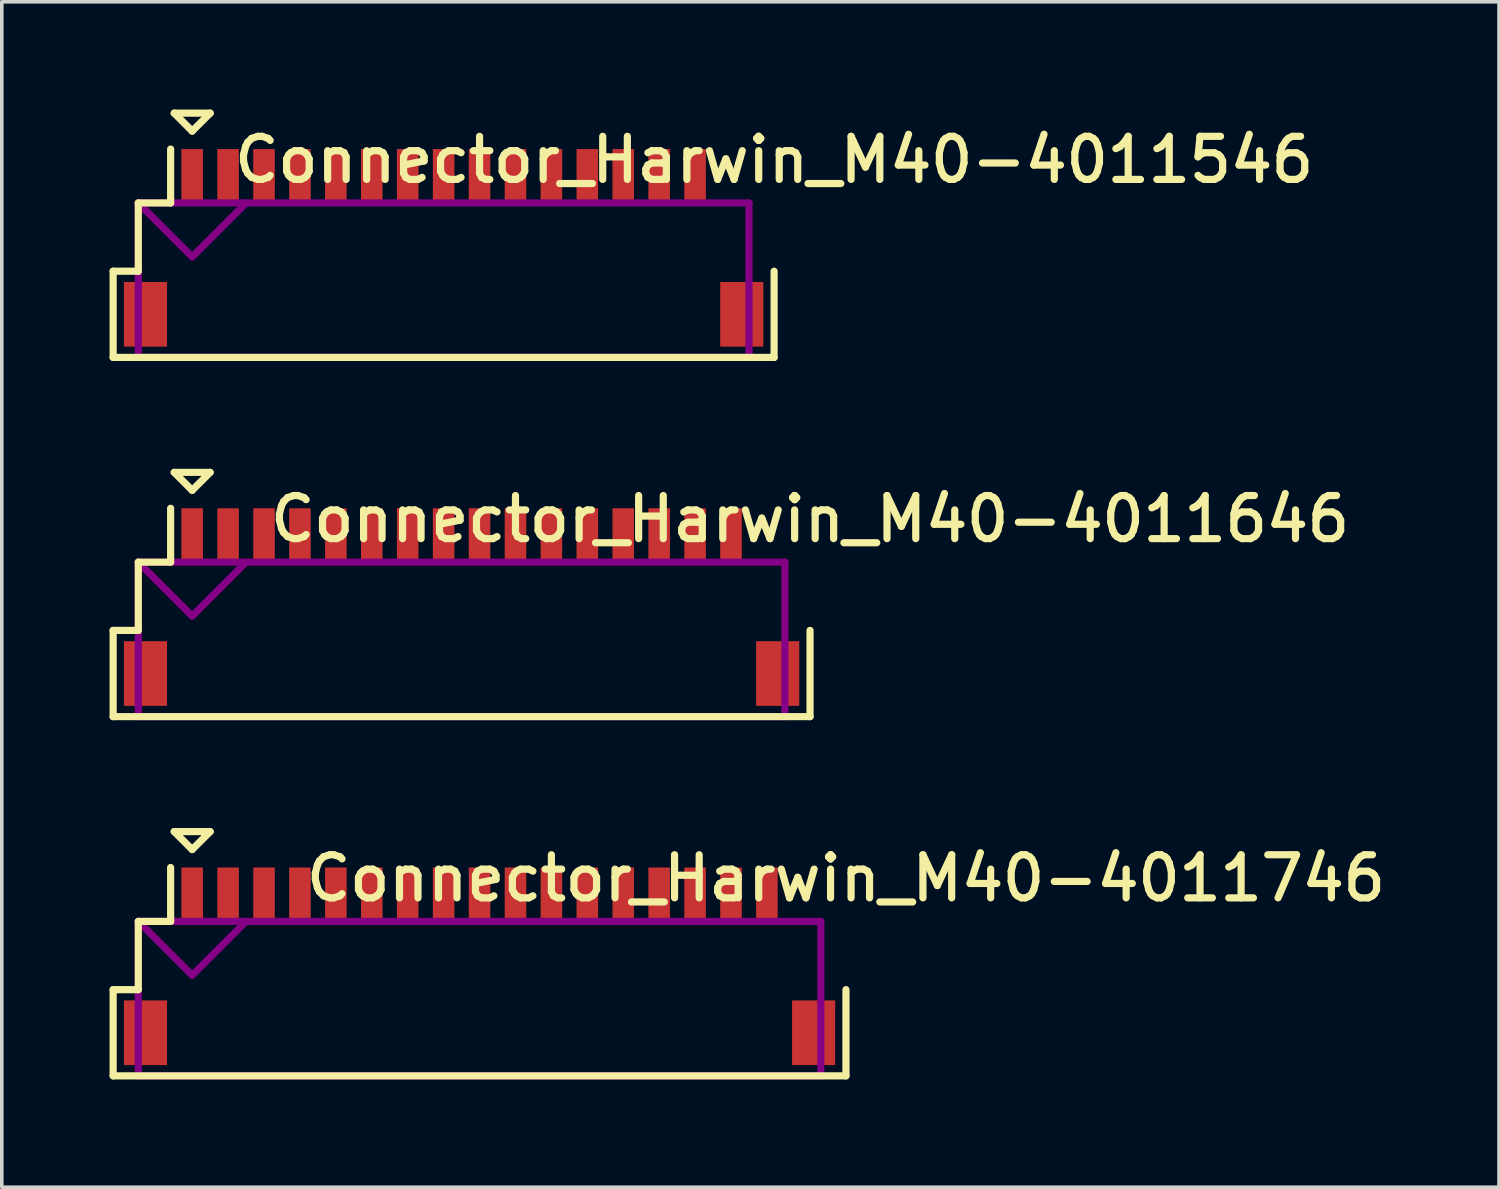
<source format=kicad_pcb>
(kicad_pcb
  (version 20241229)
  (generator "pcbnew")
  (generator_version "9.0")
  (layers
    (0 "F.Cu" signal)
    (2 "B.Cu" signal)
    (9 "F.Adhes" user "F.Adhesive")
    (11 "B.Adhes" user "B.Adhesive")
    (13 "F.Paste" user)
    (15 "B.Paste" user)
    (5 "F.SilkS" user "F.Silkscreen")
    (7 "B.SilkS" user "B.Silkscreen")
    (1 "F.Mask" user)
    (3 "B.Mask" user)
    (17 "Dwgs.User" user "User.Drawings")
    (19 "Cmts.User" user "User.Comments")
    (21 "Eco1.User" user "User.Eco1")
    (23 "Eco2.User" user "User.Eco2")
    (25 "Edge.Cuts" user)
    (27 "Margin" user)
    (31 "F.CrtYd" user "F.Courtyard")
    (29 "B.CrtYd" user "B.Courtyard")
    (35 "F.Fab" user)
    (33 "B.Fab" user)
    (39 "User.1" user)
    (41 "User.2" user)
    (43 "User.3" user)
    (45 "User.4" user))
  (footprint "Connector_Harwin_M40-4011646"
    (layer "F.Cu")
    (at 9.8 15.7)
    (property "Reference" "Connector_Harwin_M40-4011646" (at 9.7 -4.3 0) (layer "F.SilkS") (effects (font (size 1.2 1.2) (thickness 0.2))))
    (attr through_hole)
    (fp_line (start -9.7 -1.2) (end -9.7 1.2) (stroke (width 0.2) (type solid)) (layer "F.SilkS"))
    (fp_line (start -9.7 1.2) (end 9.7 1.2) (stroke (width 0.2) (type solid)) (layer "F.SilkS"))
    (fp_line (start -9 -3.1) (end -9 -1.2) (stroke (width 0.2) (type solid)) (layer "F.SilkS"))
    (fp_line (start -9 -1.2) (end -9.7 -1.2) (stroke (width 0.2) (type solid)) (layer "F.SilkS"))
    (fp_line (start -8.1 -4.6) (end -8.1 -3.1) (stroke (width 0.2) (type solid)) (layer "F.SilkS"))
    (fp_line (start -8.1 -3.1) (end -9 -3.1) (stroke (width 0.2) (type solid)) (layer "F.SilkS"))
    (fp_line (start -8 -5.6) (end -7 -5.6) (stroke (width 0.2) (type solid)) (layer "F.SilkS"))
    (fp_line (start -7.5 -5.1) (end -8 -5.6) (stroke (width 0.2) (type solid)) (layer "F.SilkS"))
    (fp_line (start -7 -5.6) (end -7.5 -5.1) (stroke (width 0.2) (type solid)) (layer "F.SilkS"))
    (fp_line (start 9.7 1.2) (end 9.7 -1.2) (stroke (width 0.2) (type solid)) (layer "F.SilkS"))
    (fp_line (start -9 -3.1) (end -9 1.2) (stroke (width 0.2) (type solid)) (layer "F.Adhes"))
    (fp_line (start -9 -3.1) (end -7.5 -1.6) (stroke (width 0.2) (type solid)) (layer "F.Adhes"))
    (fp_line (start -9 1.2) (end 9 1.2) (stroke (width 0.2) (type solid)) (layer "F.Adhes"))
    (fp_line (start -7.5 -1.6) (end -6 -3.1) (stroke (width 0.2) (type solid)) (layer "F.Adhes"))
    (fp_line (start 9 -3.1) (end -9 -3.1) (stroke (width 0.2) (type solid)) (layer "F.Adhes"))
    (fp_line (start 9 1.2) (end 9 -3.1) (stroke (width 0.2) (type solid)) (layer "F.Adhes"))
    (pad "" smd rect (at -8.8 0) (size 1.2 1.8) (layers "F.Cu" "F.Mask" "F.Paste"))
    (pad "" smd rect (at 8.8 0) (size 1.2 1.8) (layers "F.Cu" "F.Mask" "F.Paste"))
    (pad "1" smd rect (at -7.5 -3.85) (size 0.6 1.5) (layers "F.Cu" "F.Mask" "F.Paste"))
    (pad "2" smd rect (at -6.5 -3.85) (size 0.6 1.5) (layers "F.Cu" "F.Mask" "F.Paste"))
    (pad "3" smd rect (at -5.5 -3.85) (size 0.6 1.5) (layers "F.Cu" "F.Mask" "F.Paste"))
    (pad "4" smd rect (at -4.5 -3.85) (size 0.6 1.5) (layers "F.Cu" "F.Mask" "F.Paste"))
    (pad "5" smd rect (at -3.5 -3.85) (size 0.6 1.5) (layers "F.Cu" "F.Mask" "F.Paste"))
    (pad "6" smd rect (at -2.5 -3.85) (size 0.6 1.5) (layers "F.Cu" "F.Mask" "F.Paste"))
    (pad "7" smd rect (at -1.5 -3.85) (size 0.6 1.5) (layers "F.Cu" "F.Mask" "F.Paste"))
    (pad "8" smd rect (at -0.5 -3.85) (size 0.6 1.5) (layers "F.Cu" "F.Mask" "F.Paste"))
    (pad "9" smd rect (at 0.5 -3.85) (size 0.6 1.5) (layers "F.Cu" "F.Mask" "F.Paste"))
    (pad "10" smd rect (at 1.5 -3.85) (size 0.6 1.5) (layers "F.Cu" "F.Mask" "F.Paste"))
    (pad "11" smd rect (at 2.5 -3.85) (size 0.6 1.5) (layers "F.Cu" "F.Mask" "F.Paste"))
    (pad "12" smd rect (at 3.5 -3.85) (size 0.6 1.5) (layers "F.Cu" "F.Mask" "F.Paste"))
    (pad "13" smd rect (at 4.5 -3.85) (size 0.6 1.5) (layers "F.Cu" "F.Mask" "F.Paste"))
    (pad "14" smd rect (at 5.5 -3.85) (size 0.6 1.5) (layers "F.Cu" "F.Mask" "F.Paste"))
    (pad "15" smd rect (at 6.5 -3.85) (size 0.6 1.5) (layers "F.Cu" "F.Mask" "F.Paste"))
    (pad "16" smd rect (at 7.5 -3.85) (size 0.6 1.5) (layers "F.Cu" "F.Mask" "F.Paste")))
  (footprint "Connector_Harwin_M40-4011546"
    (layer "F.Cu")
    (at 9.3 5.7)
    (property "Reference" "Connector_Harwin_M40-4011546" (at 9.2 -4.3 0) (layer "F.SilkS") (effects (font (size 1.2 1.2) (thickness 0.2))))
    (attr through_hole)
    (fp_line (start -9.2 -1.2) (end -9.2 1.2) (stroke (width 0.2) (type solid)) (layer "F.SilkS"))
    (fp_line (start -9.2 1.2) (end 9.2 1.2) (stroke (width 0.2) (type solid)) (layer "F.SilkS"))
    (fp_line (start -8.5 -3.1) (end -8.5 -1.2) (stroke (width 0.2) (type solid)) (layer "F.SilkS"))
    (fp_line (start -8.5 -1.2) (end -9.2 -1.2) (stroke (width 0.2) (type solid)) (layer "F.SilkS"))
    (fp_line (start -7.6 -4.6) (end -7.6 -3.1) (stroke (width 0.2) (type solid)) (layer "F.SilkS"))
    (fp_line (start -7.6 -3.1) (end -8.5 -3.1) (stroke (width 0.2) (type solid)) (layer "F.SilkS"))
    (fp_line (start -7.5 -5.6) (end -6.5 -5.6) (stroke (width 0.2) (type solid)) (layer "F.SilkS"))
    (fp_line (start -7 -5.1) (end -7.5 -5.6) (stroke (width 0.2) (type solid)) (layer "F.SilkS"))
    (fp_line (start -6.5 -5.6) (end -7 -5.1) (stroke (width 0.2) (type solid)) (layer "F.SilkS"))
    (fp_line (start 9.2 1.2) (end 9.2 -1.2) (stroke (width 0.2) (type solid)) (layer "F.SilkS"))
    (fp_line (start -8.5 -3.1) (end -8.5 1.2) (stroke (width 0.2) (type solid)) (layer "F.Adhes"))
    (fp_line (start -8.5 -3.1) (end -7 -1.6) (stroke (width 0.2) (type solid)) (layer "F.Adhes"))
    (fp_line (start -8.5 1.2) (end 8.5 1.2) (stroke (width 0.2) (type solid)) (layer "F.Adhes"))
    (fp_line (start -7 -1.6) (end -5.5 -3.1) (stroke (width 0.2) (type solid)) (layer "F.Adhes"))
    (fp_line (start 8.5 -3.1) (end -8.5 -3.1) (stroke (width 0.2) (type solid)) (layer "F.Adhes"))
    (fp_line (start 8.5 1.2) (end 8.5 -3.1) (stroke (width 0.2) (type solid)) (layer "F.Adhes"))
    (pad "" smd rect (at -8.3 0) (size 1.2 1.8) (layers "F.Cu" "F.Mask" "F.Paste"))
    (pad "" smd rect (at 8.3 0) (size 1.2 1.8) (layers "F.Cu" "F.Mask" "F.Paste"))
    (pad "1" smd rect (at -7 -3.85) (size 0.6 1.5) (layers "F.Cu" "F.Mask" "F.Paste"))
    (pad "2" smd rect (at -6 -3.85) (size 0.6 1.5) (layers "F.Cu" "F.Mask" "F.Paste"))
    (pad "3" smd rect (at -5 -3.85) (size 0.6 1.5) (layers "F.Cu" "F.Mask" "F.Paste"))
    (pad "4" smd rect (at -4 -3.85) (size 0.6 1.5) (layers "F.Cu" "F.Mask" "F.Paste"))
    (pad "5" smd rect (at -3 -3.85) (size 0.6 1.5) (layers "F.Cu" "F.Mask" "F.Paste"))
    (pad "6" smd rect (at -2 -3.85) (size 0.6 1.5) (layers "F.Cu" "F.Mask" "F.Paste"))
    (pad "7" smd rect (at -1 -3.85) (size 0.6 1.5) (layers "F.Cu" "F.Mask" "F.Paste"))
    (pad "8" smd rect (at 0 -3.85) (size 0.6 1.5) (layers "F.Cu" "F.Mask" "F.Paste"))
    (pad "9" smd rect (at 1 -3.85) (size 0.6 1.5) (layers "F.Cu" "F.Mask" "F.Paste"))
    (pad "10" smd rect (at 2 -3.85) (size 0.6 1.5) (layers "F.Cu" "F.Mask" "F.Paste"))
    (pad "11" smd rect (at 3 -3.85) (size 0.6 1.5) (layers "F.Cu" "F.Mask" "F.Paste"))
    (pad "12" smd rect (at 4 -3.85) (size 0.6 1.5) (layers "F.Cu" "F.Mask" "F.Paste"))
    (pad "13" smd rect (at 5 -3.85) (size 0.6 1.5) (layers "F.Cu" "F.Mask" "F.Paste"))
    (pad "14" smd rect (at 6 -3.85) (size 0.6 1.5) (layers "F.Cu" "F.Mask" "F.Paste"))
    (pad "15" smd rect (at 7 -3.85) (size 0.6 1.5) (layers "F.Cu" "F.Mask" "F.Paste")))
  (footprint "Connector_Harwin_M40-4011746"
    (layer "F.Cu")
    (at 10.3 25.7)
    (property "Reference" "Connector_Harwin_M40-4011746" (at 10.2 -4.3 0) (layer "F.SilkS") (effects (font (size 1.2 1.2) (thickness 0.2))))
    (attr through_hole)
    (fp_line (start -10.2 -1.2) (end -10.2 1.2) (stroke (width 0.2) (type solid)) (layer "F.SilkS"))
    (fp_line (start -10.2 1.2) (end 10.2 1.2) (stroke (width 0.2) (type solid)) (layer "F.SilkS"))
    (fp_line (start -9.5 -3.1) (end -9.5 -1.2) (stroke (width 0.2) (type solid)) (layer "F.SilkS"))
    (fp_line (start -9.5 -1.2) (end -10.2 -1.2) (stroke (width 0.2) (type solid)) (layer "F.SilkS"))
    (fp_line (start -8.6 -4.6) (end -8.6 -3.1) (stroke (width 0.2) (type solid)) (layer "F.SilkS"))
    (fp_line (start -8.6 -3.1) (end -9.5 -3.1) (stroke (width 0.2) (type solid)) (layer "F.SilkS"))
    (fp_line (start -8.5 -5.6) (end -7.5 -5.6) (stroke (width 0.2) (type solid)) (layer "F.SilkS"))
    (fp_line (start -8 -5.1) (end -8.5 -5.6) (stroke (width 0.2) (type solid)) (layer "F.SilkS"))
    (fp_line (start -7.5 -5.6) (end -8 -5.1) (stroke (width 0.2) (type solid)) (layer "F.SilkS"))
    (fp_line (start 10.2 1.2) (end 10.2 -1.2) (stroke (width 0.2) (type solid)) (layer "F.SilkS"))
    (fp_line (start -9.5 -3.1) (end -9.5 1.2) (stroke (width 0.2) (type solid)) (layer "F.Adhes"))
    (fp_line (start -9.5 -3.1) (end -8 -1.6) (stroke (width 0.2) (type solid)) (layer "F.Adhes"))
    (fp_line (start -9.5 1.2) (end 9.5 1.2) (stroke (width 0.2) (type solid)) (layer "F.Adhes"))
    (fp_line (start -8 -1.6) (end -6.5 -3.1) (stroke (width 0.2) (type solid)) (layer "F.Adhes"))
    (fp_line (start 9.5 -3.1) (end -9.5 -3.1) (stroke (width 0.2) (type solid)) (layer "F.Adhes"))
    (fp_line (start 9.5 1.2) (end 9.5 -3.1) (stroke (width 0.2) (type solid)) (layer "F.Adhes"))
    (pad "" smd rect (at -9.3 0) (size 1.2 1.8) (layers "F.Cu" "F.Mask" "F.Paste"))
    (pad "" smd rect (at 9.3 0) (size 1.2 1.8) (layers "F.Cu" "F.Mask" "F.Paste"))
    (pad "1" smd rect (at -8 -3.85) (size 0.6 1.5) (layers "F.Cu" "F.Mask" "F.Paste"))
    (pad "2" smd rect (at -7 -3.85) (size 0.6 1.5) (layers "F.Cu" "F.Mask" "F.Paste"))
    (pad "3" smd rect (at -6 -3.85) (size 0.6 1.5) (layers "F.Cu" "F.Mask" "F.Paste"))
    (pad "4" smd rect (at -5 -3.85) (size 0.6 1.5) (layers "F.Cu" "F.Mask" "F.Paste"))
    (pad "5" smd rect (at -4 -3.85) (size 0.6 1.5) (layers "F.Cu" "F.Mask" "F.Paste"))
    (pad "6" smd rect (at -3 -3.85) (size 0.6 1.5) (layers "F.Cu" "F.Mask" "F.Paste"))
    (pad "7" smd rect (at -2 -3.85) (size 0.6 1.5) (layers "F.Cu" "F.Mask" "F.Paste"))
    (pad "8" smd rect (at -1 -3.85) (size 0.6 1.5) (layers "F.Cu" "F.Mask" "F.Paste"))
    (pad "9" smd rect (at 0 -3.85) (size 0.6 1.5) (layers "F.Cu" "F.Mask" "F.Paste"))
    (pad "10" smd rect (at 1 -3.85) (size 0.6 1.5) (layers "F.Cu" "F.Mask" "F.Paste"))
    (pad "11" smd rect (at 2 -3.85) (size 0.6 1.5) (layers "F.Cu" "F.Mask" "F.Paste"))
    (pad "12" smd rect (at 3 -3.85) (size 0.6 1.5) (layers "F.Cu" "F.Mask" "F.Paste"))
    (pad "13" smd rect (at 4 -3.85) (size 0.6 1.5) (layers "F.Cu" "F.Mask" "F.Paste"))
    (pad "14" smd rect (at 5 -3.85) (size 0.6 1.5) (layers "F.Cu" "F.Mask" "F.Paste"))
    (pad "15" smd rect (at 6 -3.85) (size 0.6 1.5) (layers "F.Cu" "F.Mask" "F.Paste"))
    (pad "16" smd rect (at 7 -3.85) (size 0.6 1.5) (layers "F.Cu" "F.Mask" "F.Paste"))
    (pad "17" smd rect (at 8 -3.85) (size 0.6 1.5) (layers "F.Cu" "F.Mask" "F.Paste")))
  (gr_rect
    (start -3 -3)
    (end 38.68 30)
    (stroke (width 0.1) (type default))
    (fill no)
    (layer "Edge.Cuts")))
</source>
